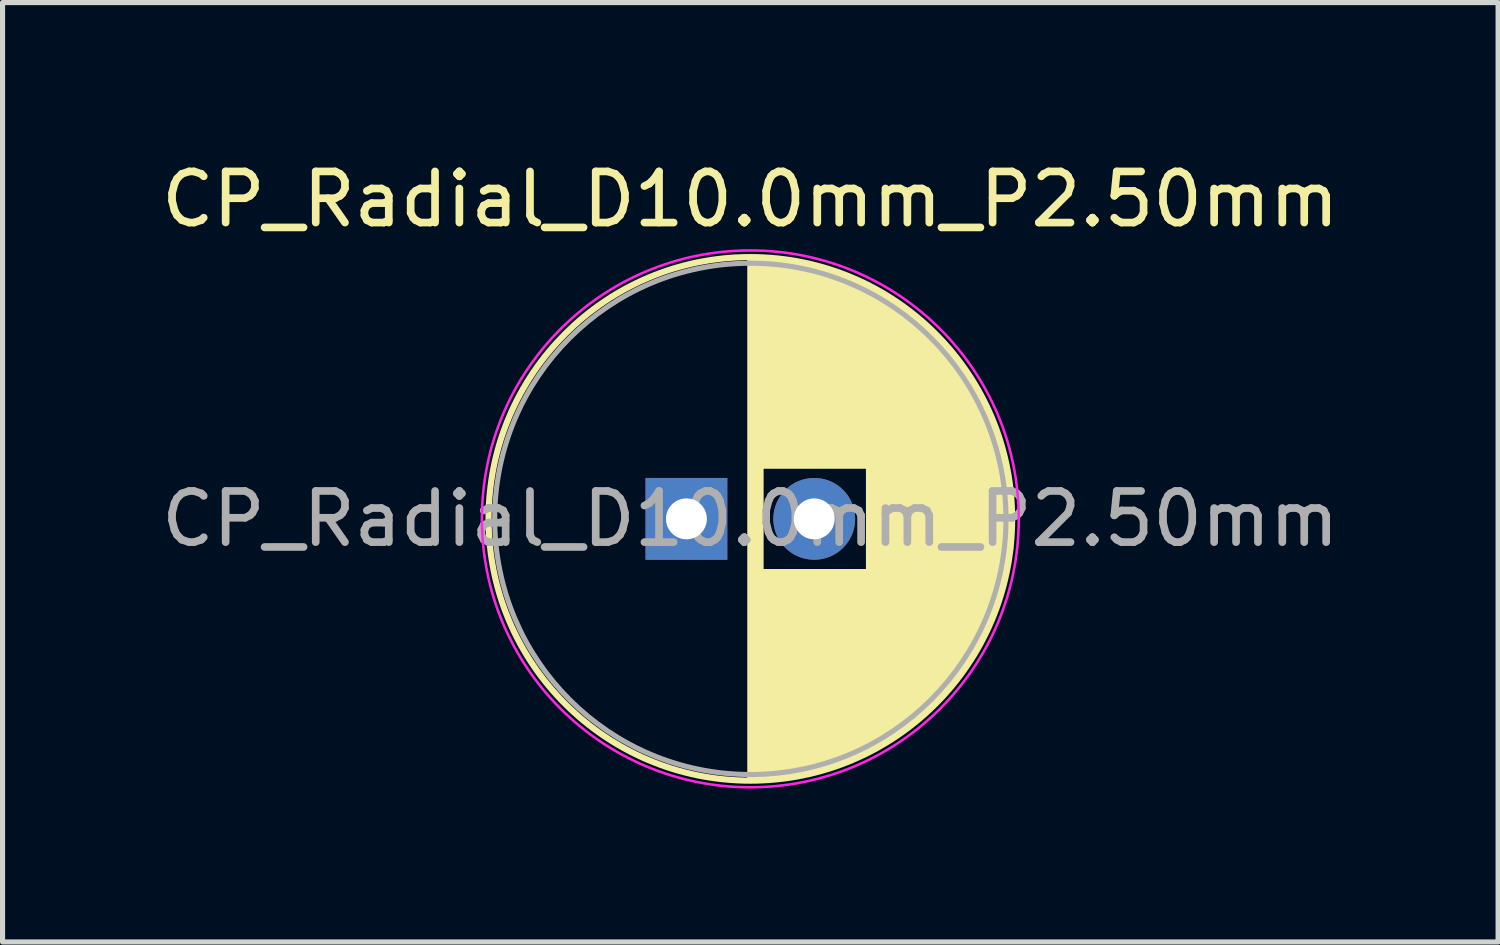
<source format=kicad_pcb>
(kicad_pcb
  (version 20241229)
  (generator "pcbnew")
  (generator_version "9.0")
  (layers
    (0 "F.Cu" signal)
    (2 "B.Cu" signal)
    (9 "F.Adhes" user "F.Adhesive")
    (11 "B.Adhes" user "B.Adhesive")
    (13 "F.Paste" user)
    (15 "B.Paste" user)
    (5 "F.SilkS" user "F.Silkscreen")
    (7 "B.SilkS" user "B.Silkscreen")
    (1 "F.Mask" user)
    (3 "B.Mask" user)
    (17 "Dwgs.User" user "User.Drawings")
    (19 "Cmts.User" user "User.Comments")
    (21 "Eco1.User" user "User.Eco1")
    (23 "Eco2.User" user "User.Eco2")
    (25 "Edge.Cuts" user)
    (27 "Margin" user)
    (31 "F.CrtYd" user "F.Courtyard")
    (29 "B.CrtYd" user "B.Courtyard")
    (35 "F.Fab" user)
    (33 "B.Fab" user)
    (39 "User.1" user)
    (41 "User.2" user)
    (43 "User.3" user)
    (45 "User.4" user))
  (footprint "CP_Radial_D10.0mm_P2.50mm"
    (layer "F.Cu")
    (at 10.375 7.098)
    (property "Reference" "CP_Radial_D10.0mm_P2.50mm" (at 1.25 -6.25 0) (layer "F.SilkS") (effects (font (size 1 1) (thickness 0.15))))
    (attr through_hole)
    (fp_line (start 1.25 -5.08) (end 1.25 5.08) (stroke (width 0.12) (type solid)) (layer "F.SilkS"))
    (fp_line (start 1.29 -5.08) (end 1.29 5.08) (stroke (width 0.12) (type solid)) (layer "F.SilkS"))
    (fp_line (start 1.33 -5.08) (end 1.33 5.08) (stroke (width 0.12) (type solid)) (layer "F.SilkS"))
    (fp_line (start 1.37 -5.079) (end 1.37 5.079) (stroke (width 0.12) (type solid)) (layer "F.SilkS"))
    (fp_line (start 1.41 -5.078) (end 1.41 5.078) (stroke (width 0.12) (type solid)) (layer "F.SilkS"))
    (fp_line (start 1.45 -5.077) (end 1.45 5.077) (stroke (width 0.12) (type solid)) (layer "F.SilkS"))
    (fp_line (start 1.49 -5.075) (end 1.49 -1.04) (stroke (width 0.12) (type solid)) (layer "F.SilkS"))
    (fp_line (start 1.49 1.04) (end 1.49 5.075) (stroke (width 0.12) (type solid)) (layer "F.SilkS"))
    (fp_line (start 1.53 -5.073) (end 1.53 -1.04) (stroke (width 0.12) (type solid)) (layer "F.SilkS"))
    (fp_line (start 1.53 1.04) (end 1.53 5.073) (stroke (width 0.12) (type solid)) (layer "F.SilkS"))
    (fp_line (start 1.57 -5.07) (end 1.57 -1.04) (stroke (width 0.12) (type solid)) (layer "F.SilkS"))
    (fp_line (start 1.57 1.04) (end 1.57 5.07) (stroke (width 0.12) (type solid)) (layer "F.SilkS"))
    (fp_line (start 1.61 -5.068) (end 1.61 -1.04) (stroke (width 0.12) (type solid)) (layer "F.SilkS"))
    (fp_line (start 1.61 1.04) (end 1.61 5.068) (stroke (width 0.12) (type solid)) (layer "F.SilkS"))
    (fp_line (start 1.65 -5.065) (end 1.65 -1.04) (stroke (width 0.12) (type solid)) (layer "F.SilkS"))
    (fp_line (start 1.65 1.04) (end 1.65 5.065) (stroke (width 0.12) (type solid)) (layer "F.SilkS"))
    (fp_line (start 1.69 -5.062) (end 1.69 -1.04) (stroke (width 0.12) (type solid)) (layer "F.SilkS"))
    (fp_line (start 1.69 1.04) (end 1.69 5.062) (stroke (width 0.12) (type solid)) (layer "F.SilkS"))
    (fp_line (start 1.73 -5.058) (end 1.73 -1.04) (stroke (width 0.12) (type solid)) (layer "F.SilkS"))
    (fp_line (start 1.73 1.04) (end 1.73 5.058) (stroke (width 0.12) (type solid)) (layer "F.SilkS"))
    (fp_line (start 1.77 -5.054) (end 1.77 -1.04) (stroke (width 0.12) (type solid)) (layer "F.SilkS"))
    (fp_line (start 1.77 1.04) (end 1.77 5.054) (stroke (width 0.12) (type solid)) (layer "F.SilkS"))
    (fp_line (start 1.81 -5.05) (end 1.81 -1.04) (stroke (width 0.12) (type solid)) (layer "F.SilkS"))
    (fp_line (start 1.81 1.04) (end 1.81 5.05) (stroke (width 0.12) (type solid)) (layer "F.SilkS"))
    (fp_line (start 1.85 -5.045) (end 1.85 -1.04) (stroke (width 0.12) (type solid)) (layer "F.SilkS"))
    (fp_line (start 1.85 1.04) (end 1.85 5.045) (stroke (width 0.12) (type solid)) (layer "F.SilkS"))
    (fp_line (start 1.89 -5.04) (end 1.89 -1.04) (stroke (width 0.12) (type solid)) (layer "F.SilkS"))
    (fp_line (start 1.89 1.04) (end 1.89 5.04) (stroke (width 0.12) (type solid)) (layer "F.SilkS"))
    (fp_line (start 1.93 -5.035) (end 1.93 -1.04) (stroke (width 0.12) (type solid)) (layer "F.SilkS"))
    (fp_line (start 1.93 1.04) (end 1.93 5.035) (stroke (width 0.12) (type solid)) (layer "F.SilkS"))
    (fp_line (start 1.971 -5.03) (end 1.971 -1.04) (stroke (width 0.12) (type solid)) (layer "F.SilkS"))
    (fp_line (start 1.971 1.04) (end 1.971 5.03) (stroke (width 0.12) (type solid)) (layer "F.SilkS"))
    (fp_line (start 2.011 -5.024) (end 2.011 -1.04) (stroke (width 0.12) (type solid)) (layer "F.SilkS"))
    (fp_line (start 2.011 1.04) (end 2.011 5.024) (stroke (width 0.12) (type solid)) (layer "F.SilkS"))
    (fp_line (start 2.051 -5.018) (end 2.051 -1.04) (stroke (width 0.12) (type solid)) (layer "F.SilkS"))
    (fp_line (start 2.051 1.04) (end 2.051 5.018) (stroke (width 0.12) (type solid)) (layer "F.SilkS"))
    (fp_line (start 2.091 -5.011) (end 2.091 -1.04) (stroke (width 0.12) (type solid)) (layer "F.SilkS"))
    (fp_line (start 2.091 1.04) (end 2.091 5.011) (stroke (width 0.12) (type solid)) (layer "F.SilkS"))
    (fp_line (start 2.131 -5.004) (end 2.131 -1.04) (stroke (width 0.12) (type solid)) (layer "F.SilkS"))
    (fp_line (start 2.131 1.04) (end 2.131 5.004) (stroke (width 0.12) (type solid)) (layer "F.SilkS"))
    (fp_line (start 2.171 -4.997) (end 2.171 -1.04) (stroke (width 0.12) (type solid)) (layer "F.SilkS"))
    (fp_line (start 2.171 1.04) (end 2.171 4.997) (stroke (width 0.12) (type solid)) (layer "F.SilkS"))
    (fp_line (start 2.211 -4.99) (end 2.211 -1.04) (stroke (width 0.12) (type solid)) (layer "F.SilkS"))
    (fp_line (start 2.211 1.04) (end 2.211 4.99) (stroke (width 0.12) (type solid)) (layer "F.SilkS"))
    (fp_line (start 2.251 -4.982) (end 2.251 -1.04) (stroke (width 0.12) (type solid)) (layer "F.SilkS"))
    (fp_line (start 2.251 1.04) (end 2.251 4.982) (stroke (width 0.12) (type solid)) (layer "F.SilkS"))
    (fp_line (start 2.291 -4.974) (end 2.291 -1.04) (stroke (width 0.12) (type solid)) (layer "F.SilkS"))
    (fp_line (start 2.291 1.04) (end 2.291 4.974) (stroke (width 0.12) (type solid)) (layer "F.SilkS"))
    (fp_line (start 2.331 -4.965) (end 2.331 -1.04) (stroke (width 0.12) (type solid)) (layer "F.SilkS"))
    (fp_line (start 2.331 1.04) (end 2.331 4.965) (stroke (width 0.12) (type solid)) (layer "F.SilkS"))
    (fp_line (start 2.371 -4.956) (end 2.371 -1.04) (stroke (width 0.12) (type solid)) (layer "F.SilkS"))
    (fp_line (start 2.371 1.04) (end 2.371 4.956) (stroke (width 0.12) (type solid)) (layer "F.SilkS"))
    (fp_line (start 2.411 -4.947) (end 2.411 -1.04) (stroke (width 0.12) (type solid)) (layer "F.SilkS"))
    (fp_line (start 2.411 1.04) (end 2.411 4.947) (stroke (width 0.12) (type solid)) (layer "F.SilkS"))
    (fp_line (start 2.451 -4.938) (end 2.451 -1.04) (stroke (width 0.12) (type solid)) (layer "F.SilkS"))
    (fp_line (start 2.451 1.04) (end 2.451 4.938) (stroke (width 0.12) (type solid)) (layer "F.SilkS"))
    (fp_line (start 2.491 -4.928) (end 2.491 -1.04) (stroke (width 0.12) (type solid)) (layer "F.SilkS"))
    (fp_line (start 2.491 1.04) (end 2.491 4.928) (stroke (width 0.12) (type solid)) (layer "F.SilkS"))
    (fp_line (start 2.531 -4.918) (end 2.531 -1.04) (stroke (width 0.12) (type solid)) (layer "F.SilkS"))
    (fp_line (start 2.531 1.04) (end 2.531 4.918) (stroke (width 0.12) (type solid)) (layer "F.SilkS"))
    (fp_line (start 2.571 -4.907) (end 2.571 -1.04) (stroke (width 0.12) (type solid)) (layer "F.SilkS"))
    (fp_line (start 2.571 1.04) (end 2.571 4.907) (stroke (width 0.12) (type solid)) (layer "F.SilkS"))
    (fp_line (start 2.611 -4.897) (end 2.611 -1.04) (stroke (width 0.12) (type solid)) (layer "F.SilkS"))
    (fp_line (start 2.611 1.04) (end 2.611 4.897) (stroke (width 0.12) (type solid)) (layer "F.SilkS"))
    (fp_line (start 2.651 -4.885) (end 2.651 -1.04) (stroke (width 0.12) (type solid)) (layer "F.SilkS"))
    (fp_line (start 2.651 1.04) (end 2.651 4.885) (stroke (width 0.12) (type solid)) (layer "F.SilkS"))
    (fp_line (start 2.691 -4.874) (end 2.691 -1.04) (stroke (width 0.12) (type solid)) (layer "F.SilkS"))
    (fp_line (start 2.691 1.04) (end 2.691 4.874) (stroke (width 0.12) (type solid)) (layer "F.SilkS"))
    (fp_line (start 2.731 -4.862) (end 2.731 -1.04) (stroke (width 0.12) (type solid)) (layer "F.SilkS"))
    (fp_line (start 2.731 1.04) (end 2.731 4.862) (stroke (width 0.12) (type solid)) (layer "F.SilkS"))
    (fp_line (start 2.771 -4.85) (end 2.771 -1.04) (stroke (width 0.12) (type solid)) (layer "F.SilkS"))
    (fp_line (start 2.771 1.04) (end 2.771 4.85) (stroke (width 0.12) (type solid)) (layer "F.SilkS"))
    (fp_line (start 2.811 -4.837) (end 2.811 -1.04) (stroke (width 0.12) (type solid)) (layer "F.SilkS"))
    (fp_line (start 2.811 1.04) (end 2.811 4.837) (stroke (width 0.12) (type solid)) (layer "F.SilkS"))
    (fp_line (start 2.851 -4.824) (end 2.851 -1.04) (stroke (width 0.12) (type solid)) (layer "F.SilkS"))
    (fp_line (start 2.851 1.04) (end 2.851 4.824) (stroke (width 0.12) (type solid)) (layer "F.SilkS"))
    (fp_line (start 2.891 -4.811) (end 2.891 -1.04) (stroke (width 0.12) (type solid)) (layer "F.SilkS"))
    (fp_line (start 2.891 1.04) (end 2.891 4.811) (stroke (width 0.12) (type solid)) (layer "F.SilkS"))
    (fp_line (start 2.931 -4.797) (end 2.931 -1.04) (stroke (width 0.12) (type solid)) (layer "F.SilkS"))
    (fp_line (start 2.931 1.04) (end 2.931 4.797) (stroke (width 0.12) (type solid)) (layer "F.SilkS"))
    (fp_line (start 2.971 -4.783) (end 2.971 -1.04) (stroke (width 0.12) (type solid)) (layer "F.SilkS"))
    (fp_line (start 2.971 1.04) (end 2.971 4.783) (stroke (width 0.12) (type solid)) (layer "F.SilkS"))
    (fp_line (start 3.011 -4.768) (end 3.011 -1.04) (stroke (width 0.12) (type solid)) (layer "F.SilkS"))
    (fp_line (start 3.011 1.04) (end 3.011 4.768) (stroke (width 0.12) (type solid)) (layer "F.SilkS"))
    (fp_line (start 3.051 -4.754) (end 3.051 -1.04) (stroke (width 0.12) (type solid)) (layer "F.SilkS"))
    (fp_line (start 3.051 1.04) (end 3.051 4.754) (stroke (width 0.12) (type solid)) (layer "F.SilkS"))
    (fp_line (start 3.091 -4.738) (end 3.091 -1.04) (stroke (width 0.12) (type solid)) (layer "F.SilkS"))
    (fp_line (start 3.091 1.04) (end 3.091 4.738) (stroke (width 0.12) (type solid)) (layer "F.SilkS"))
    (fp_line (start 3.131 -4.723) (end 3.131 -1.04) (stroke (width 0.12) (type solid)) (layer "F.SilkS"))
    (fp_line (start 3.131 1.04) (end 3.131 4.723) (stroke (width 0.12) (type solid)) (layer "F.SilkS"))
    (fp_line (start 3.171 -4.707) (end 3.171 -1.04) (stroke (width 0.12) (type solid)) (layer "F.SilkS"))
    (fp_line (start 3.171 1.04) (end 3.171 4.707) (stroke (width 0.12) (type solid)) (layer "F.SilkS"))
    (fp_line (start 3.211 -4.69) (end 3.211 -1.04) (stroke (width 0.12) (type solid)) (layer "F.SilkS"))
    (fp_line (start 3.211 1.04) (end 3.211 4.69) (stroke (width 0.12) (type solid)) (layer "F.SilkS"))
    (fp_line (start 3.251 -4.674) (end 3.251 -1.04) (stroke (width 0.12) (type solid)) (layer "F.SilkS"))
    (fp_line (start 3.251 1.04) (end 3.251 4.674) (stroke (width 0.12) (type solid)) (layer "F.SilkS"))
    (fp_line (start 3.291 -4.657) (end 3.291 -1.04) (stroke (width 0.12) (type solid)) (layer "F.SilkS"))
    (fp_line (start 3.291 1.04) (end 3.291 4.657) (stroke (width 0.12) (type solid)) (layer "F.SilkS"))
    (fp_line (start 3.331 -4.639) (end 3.331 -1.04) (stroke (width 0.12) (type solid)) (layer "F.SilkS"))
    (fp_line (start 3.331 1.04) (end 3.331 4.639) (stroke (width 0.12) (type solid)) (layer "F.SilkS"))
    (fp_line (start 3.371 -4.621) (end 3.371 -1.04) (stroke (width 0.12) (type solid)) (layer "F.SilkS"))
    (fp_line (start 3.371 1.04) (end 3.371 4.621) (stroke (width 0.12) (type solid)) (layer "F.SilkS"))
    (fp_line (start 3.411 -4.603) (end 3.411 -1.04) (stroke (width 0.12) (type solid)) (layer "F.SilkS"))
    (fp_line (start 3.411 1.04) (end 3.411 4.603) (stroke (width 0.12) (type solid)) (layer "F.SilkS"))
    (fp_line (start 3.451 -4.584) (end 3.451 -1.04) (stroke (width 0.12) (type solid)) (layer "F.SilkS"))
    (fp_line (start 3.451 1.04) (end 3.451 4.584) (stroke (width 0.12) (type solid)) (layer "F.SilkS"))
    (fp_line (start 3.491 -4.564) (end 3.491 -1.04) (stroke (width 0.12) (type solid)) (layer "F.SilkS"))
    (fp_line (start 3.491 1.04) (end 3.491 4.564) (stroke (width 0.12) (type solid)) (layer "F.SilkS"))
    (fp_line (start 3.531 -4.545) (end 3.531 -1.04) (stroke (width 0.12) (type solid)) (layer "F.SilkS"))
    (fp_line (start 3.531 1.04) (end 3.531 4.545) (stroke (width 0.12) (type solid)) (layer "F.SilkS"))
    (fp_line (start 3.571 -4.525) (end 3.571 4.525) (stroke (width 0.12) (type solid)) (layer "F.SilkS"))
    (fp_line (start 3.611 -4.504) (end 3.611 4.504) (stroke (width 0.12) (type solid)) (layer "F.SilkS"))
    (fp_line (start 3.651 -4.483) (end 3.651 4.483) (stroke (width 0.12) (type solid)) (layer "F.SilkS"))
    (fp_line (start 3.691 -4.462) (end 3.691 4.462) (stroke (width 0.12) (type solid)) (layer "F.SilkS"))
    (fp_line (start 3.731 -4.44) (end 3.731 4.44) (stroke (width 0.12) (type solid)) (layer "F.SilkS"))
    (fp_line (start 3.771 -4.417) (end 3.771 4.417) (stroke (width 0.12) (type solid)) (layer "F.SilkS"))
    (fp_line (start 3.811 -4.395) (end 3.811 4.395) (stroke (width 0.12) (type solid)) (layer "F.SilkS"))
    (fp_line (start 3.851 -4.371) (end 3.851 4.371) (stroke (width 0.12) (type solid)) (layer "F.SilkS"))
    (fp_line (start 3.891 -4.347) (end 3.891 4.347) (stroke (width 0.12) (type solid)) (layer "F.SilkS"))
    (fp_line (start 3.931 -4.323) (end 3.931 4.323) (stroke (width 0.12) (type solid)) (layer "F.SilkS"))
    (fp_line (start 3.971 -4.298) (end 3.971 4.298) (stroke (width 0.12) (type solid)) (layer "F.SilkS"))
    (fp_line (start 4.011 -4.273) (end 4.011 4.273) (stroke (width 0.12) (type solid)) (layer "F.SilkS"))
    (fp_line (start 4.051 -4.247) (end 4.051 4.247) (stroke (width 0.12) (type solid)) (layer "F.SilkS"))
    (fp_line (start 4.091 -4.221) (end 4.091 4.221) (stroke (width 0.12) (type solid)) (layer "F.SilkS"))
    (fp_line (start 4.131 -4.194) (end 4.131 4.194) (stroke (width 0.12) (type solid)) (layer "F.SilkS"))
    (fp_line (start 4.171 -4.166) (end 4.171 4.166) (stroke (width 0.12) (type solid)) (layer "F.SilkS"))
    (fp_line (start 4.211 -4.138) (end 4.211 4.138) (stroke (width 0.12) (type solid)) (layer "F.SilkS"))
    (fp_line (start 4.251 -4.11) (end 4.251 4.11) (stroke (width 0.12) (type solid)) (layer "F.SilkS"))
    (fp_line (start 4.291 -4.08) (end 4.291 4.08) (stroke (width 0.12) (type solid)) (layer "F.SilkS"))
    (fp_line (start 4.331 -4.05) (end 4.331 4.05) (stroke (width 0.12) (type solid)) (layer "F.SilkS"))
    (fp_line (start 4.371 -4.02) (end 4.371 4.02) (stroke (width 0.12) (type solid)) (layer "F.SilkS"))
    (fp_line (start 4.411 -3.989) (end 4.411 3.989) (stroke (width 0.12) (type solid)) (layer "F.SilkS"))
    (fp_line (start 4.451 -3.957) (end 4.451 3.957) (stroke (width 0.12) (type solid)) (layer "F.SilkS"))
    (fp_line (start 4.491 -3.925) (end 4.491 3.925) (stroke (width 0.12) (type solid)) (layer "F.SilkS"))
    (fp_line (start 4.531 -3.892) (end 4.531 3.892) (stroke (width 0.12) (type solid)) (layer "F.SilkS"))
    (fp_line (start 4.571 -3.858) (end 4.571 3.858) (stroke (width 0.12) (type solid)) (layer "F.SilkS"))
    (fp_line (start 4.611 -3.824) (end 4.611 3.824) (stroke (width 0.12) (type solid)) (layer "F.SilkS"))
    (fp_line (start 4.651 -3.789) (end 4.651 3.789) (stroke (width 0.12) (type solid)) (layer "F.SilkS"))
    (fp_line (start 4.691 -3.753) (end 4.691 3.753) (stroke (width 0.12) (type solid)) (layer "F.SilkS"))
    (fp_line (start 4.731 -3.716) (end 4.731 3.716) (stroke (width 0.12) (type solid)) (layer "F.SilkS"))
    (fp_line (start 4.771 -3.679) (end 4.771 3.679) (stroke (width 0.12) (type solid)) (layer "F.SilkS"))
    (fp_line (start 4.811 -3.64) (end 4.811 3.64) (stroke (width 0.12) (type solid)) (layer "F.SilkS"))
    (fp_line (start 4.851 -3.601) (end 4.851 3.601) (stroke (width 0.12) (type solid)) (layer "F.SilkS"))
    (fp_line (start 4.891 -3.561) (end 4.891 3.561) (stroke (width 0.12) (type solid)) (layer "F.SilkS"))
    (fp_line (start 4.931 -3.52) (end 4.931 3.52) (stroke (width 0.12) (type solid)) (layer "F.SilkS"))
    (fp_line (start 4.971 -3.478) (end 4.971 3.478) (stroke (width 0.12) (type solid)) (layer "F.SilkS"))
    (fp_line (start 5.011 -3.436) (end 5.011 3.436) (stroke (width 0.12) (type solid)) (layer "F.SilkS"))
    (fp_line (start 5.051 -3.392) (end 5.051 3.392) (stroke (width 0.12) (type solid)) (layer "F.SilkS"))
    (fp_line (start 5.091 -3.347) (end 5.091 3.347) (stroke (width 0.12) (type solid)) (layer "F.SilkS"))
    (fp_line (start 5.131 -3.301) (end 5.131 3.301) (stroke (width 0.12) (type solid)) (layer "F.SilkS"))
    (fp_line (start 5.171 -3.254) (end 5.171 3.254) (stroke (width 0.12) (type solid)) (layer "F.SilkS"))
    (fp_line (start 5.211 -3.206) (end 5.211 3.206) (stroke (width 0.12) (type solid)) (layer "F.SilkS"))
    (fp_line (start 5.251 -3.156) (end 5.251 3.156) (stroke (width 0.12) (type solid)) (layer "F.SilkS"))
    (fp_line (start 5.291 -3.106) (end 5.291 3.106) (stroke (width 0.12) (type solid)) (layer "F.SilkS"))
    (fp_line (start 5.331 -3.054) (end 5.331 3.054) (stroke (width 0.12) (type solid)) (layer "F.SilkS"))
    (fp_line (start 5.371 -3) (end 5.371 3) (stroke (width 0.12) (type solid)) (layer "F.SilkS"))
    (fp_line (start 5.411 -2.945) (end 5.411 2.945) (stroke (width 0.12) (type solid)) (layer "F.SilkS"))
    (fp_line (start 5.451 -2.889) (end 5.451 2.889) (stroke (width 0.12) (type solid)) (layer "F.SilkS"))
    (fp_line (start 5.491 -2.83) (end 5.491 2.83) (stroke (width 0.12) (type solid)) (layer "F.SilkS"))
    (fp_line (start 5.531 -2.77) (end 5.531 2.77) (stroke (width 0.12) (type solid)) (layer "F.SilkS"))
    (fp_line (start 5.571 -2.709) (end 5.571 2.709) (stroke (width 0.12) (type solid)) (layer "F.SilkS"))
    (fp_line (start 5.611 -2.645) (end 5.611 2.645) (stroke (width 0.12) (type solid)) (layer "F.SilkS"))
    (fp_line (start 5.651 -2.579) (end 5.651 2.579) (stroke (width 0.12) (type solid)) (layer "F.SilkS"))
    (fp_line (start 5.691 -2.51) (end 5.691 2.51) (stroke (width 0.12) (type solid)) (layer "F.SilkS"))
    (fp_line (start 5.731 -2.439) (end 5.731 2.439) (stroke (width 0.12) (type solid)) (layer "F.SilkS"))
    (fp_line (start 5.771 -2.365) (end 5.771 2.365) (stroke (width 0.12) (type solid)) (layer "F.SilkS"))
    (fp_line (start 5.811 -2.289) (end 5.811 2.289) (stroke (width 0.12) (type solid)) (layer "F.SilkS"))
    (fp_line (start 5.851 -2.209) (end 5.851 2.209) (stroke (width 0.12) (type solid)) (layer "F.SilkS"))
    (fp_line (start 5.891 -2.125) (end 5.891 2.125) (stroke (width 0.12) (type solid)) (layer "F.SilkS"))
    (fp_line (start 5.931 -2.037) (end 5.931 2.037) (stroke (width 0.12) (type solid)) (layer "F.SilkS"))
    (fp_line (start 5.971 -1.944) (end 5.971 1.944) (stroke (width 0.12) (type solid)) (layer "F.SilkS"))
    (fp_line (start 6.011 -1.846) (end 6.011 1.846) (stroke (width 0.12) (type solid)) (layer "F.SilkS"))
    (fp_line (start 6.051 -1.742) (end 6.051 1.742) (stroke (width 0.12) (type solid)) (layer "F.SilkS"))
    (fp_line (start 6.091 -1.63) (end 6.091 1.63) (stroke (width 0.12) (type solid)) (layer "F.SilkS"))
    (fp_line (start 6.131 -1.51) (end 6.131 1.51) (stroke (width 0.12) (type solid)) (layer "F.SilkS"))
    (fp_line (start 6.171 -1.378) (end 6.171 1.378) (stroke (width 0.12) (type solid)) (layer "F.SilkS"))
    (fp_line (start 6.211 -1.23) (end 6.211 1.23) (stroke (width 0.12) (type solid)) (layer "F.SilkS"))
    (fp_line (start 6.251 -1.062) (end 6.251 1.062) (stroke (width 0.12) (type solid)) (layer "F.SilkS"))
    (fp_line (start 6.291 -0.862) (end 6.291 0.862) (stroke (width 0.12) (type solid)) (layer "F.SilkS"))
    (fp_line (start 6.331 -0.599) (end 6.331 0.599) (stroke (width 0.12) (type solid)) (layer "F.SilkS"))
    (fp_circle (center 1.25 0) (end 6.37 0) (stroke (width 0.12) (type solid)) (fill no) (layer "F.SilkS"))
    (fp_circle (center 1.25 0) (end 6.5 0) (stroke (width 0.05) (type solid)) (fill no) (layer "F.CrtYd"))
    (fp_circle (center 1.25 0) (end 6.25 0) (stroke (width 0.1) (type solid)) (fill no) (layer "F.Fab"))
    (fp_text user "${REFERENCE}" (at 1.25 0 0) (layer "F.Fab") (effects (font (size 1 1) (thickness 0.15))))
    (pad "1" thru_hole rect (at 0 0) (size 1.6 1.6) (drill 0.8) (layers "*.Cu" "*.Mask"))
    (pad "2" thru_hole circle (at 2.5 0) (size 1.6 1.6) (drill 0.8) (layers "*.Cu" "*.Mask")))
  (gr_rect
    (start -3 -3)
    (end 26.25 15.373)
    (stroke (width 0.1) (type default))
    (fill no)
    (layer "Edge.Cuts")))
</source>
